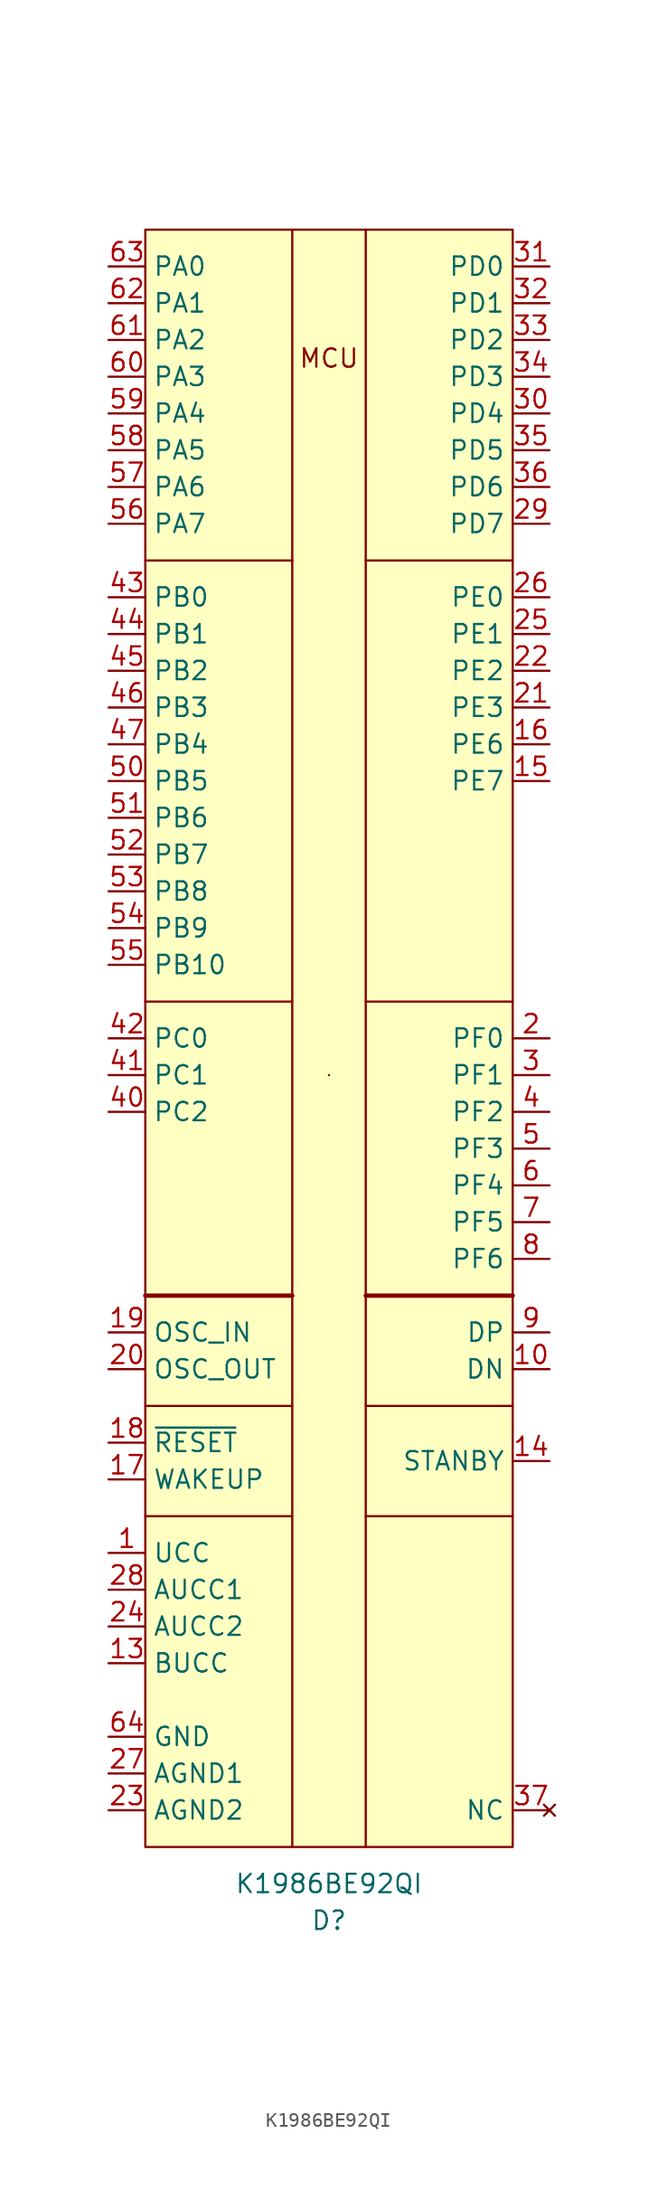
<source format=kicad_sym>
(kicad_symbol_lib
  (version 20231120)
  (generator "kicad_symbol_editor")
  (generator_version "8.0")
  (symbol "K1986BE92QI"
    (property "Reference" "D"
      (at 0 -60.96 0)
      (effects (font (size 1.27 1.27))))
    (property "Value" "K1986BE92QI"
      (at 0 -58.42 0)
      (effects (font (size 1.27 1.27))))
    (symbol "K1986BE92QI_0_0"
      (text "MCU" (at 0 46.99 0) (effects (font (size 1.27 1.27)))))
    (symbol "K1986BE92QI_0_1"
      (rectangle (start -12.7 55.88) (end 12.7 -55.88) (stroke (width 0.152) (type default)) (fill (type background)))
      (rectangle (start 0 -2.54) (end 0 -2.54) (stroke (width 0.152) (type default)) (fill (type none)))
      (polyline (pts (xy -12.7 -33.02) (xy -2.54 -33.02)) (stroke (width 0.152) (type default)) (fill (type none)))
      (polyline (pts (xy -12.7 -25.4) (xy -2.54 -25.4)) (stroke (width 0.152) (type default)) (fill (type none)))
      (polyline (pts (xy -12.7 -17.78) (xy -2.54 -17.78)) (stroke (width 0.3) (type default)) (fill (type none)))
      (polyline (pts (xy -12.7 2.54) (xy -2.54 2.54)) (stroke (width 0.152) (type default)) (fill (type none)))
      (polyline (pts (xy -12.7 33.02) (xy -2.54 33.02)) (stroke (width 0.152) (type default)) (fill (type none)))
      (polyline (pts (xy -2.54 55.88) (xy -2.54 -55.88)) (stroke (width 0.152) (type default)) (fill (type none)))
      (polyline (pts (xy 2.54 -55.88) (xy 2.54 55.88)) (stroke (width 0.152) (type default)) (fill (type none)))
      (polyline (pts (xy 2.54 -33.02) (xy 12.7 -33.02)) (stroke (width 0.152) (type default)) (fill (type none)))
      (polyline (pts (xy 2.54 -25.4) (xy 12.7 -25.4)) (stroke (width 0.152) (type default)) (fill (type none)))
      (polyline (pts (xy 2.54 -17.78) (xy 12.7 -17.78)) (stroke (width 0.3) (type default)) (fill (type none)))
      (polyline (pts (xy 2.54 2.54) (xy 12.7 2.54)) (stroke (width 0.152) (type default)) (fill (type none)))
      (polyline (pts (xy 2.54 33.02) (xy 12.7 33.02)) (stroke (width 0.152) (type default)) (fill (type none))))
    (symbol "K1986BE92QI_1_1"
      (pin power_in line (at -15.24 -35.56 0) (length 2.54) (name "UCC" (effects (font (size 1.27 1.27)))) (number "1" (effects (font (size 1.27 1.27)))))
      (pin input line (at 15.24 -22.86 180) (length 2.54) (name "DN" (effects (font (size 1.27 1.27)))) (number "10" (effects (font (size 1.27 1.27)))))
      (pin power_in line (at -15.24 -48.26 0) (length 2.54) hide (name "GND" (effects (font (size 1.27 1.27)))) (number "11" (effects (font (size 1.27 1.27)))))
      (pin power_in line (at -15.24 -35.56 0) (length 2.54) hide (name "UCC" (effects (font (size 1.27 1.27)))) (number "12" (effects (font (size 1.27 1.27)))))
      (pin power_in line (at -15.24 -43.18 0) (length 2.54) (name "BUCC" (effects (font (size 1.27 1.27)))) (number "13" (effects (font (size 1.27 1.27)))))
      (pin input line (at 15.24 -29.21 180) (length 2.54) (name "STANBY" (effects (font (size 1.27 1.27)))) (number "14" (effects (font (size 1.27 1.27)))))
      (pin bidirectional line (at 15.24 17.78 180) (length 2.54) (name "PE7" (effects (font (size 1.27 1.27)))) (number "15" (effects (font (size 1.27 1.27)))))
      (pin bidirectional line (at 15.24 20.32 180) (length 2.54) (name "PE6" (effects (font (size 1.27 1.27)))) (number "16" (effects (font (size 1.27 1.27)))))
      (pin input line (at -15.24 -30.48 0) (length 2.54) (name "WAKEUP" (effects (font (size 1.27 1.27)))) (number "17" (effects (font (size 1.27 1.27)))))
      (pin input line (at -15.24 -27.94 0) (length 2.54) (name "~{RESET}" (effects (font (size 1.27 1.27)))) (number "18" (effects (font (size 1.27 1.27)))))
      (pin input line (at -15.24 -20.32 0) (length 2.54) (name "OSC_IN" (effects (font (size 1.27 1.27)))) (number "19" (effects (font (size 1.27 1.27)))))
      (pin bidirectional line (at 15.24 0 180) (length 2.54) (name "PF0" (effects (font (size 1.27 1.27)))) (number "2" (effects (font (size 1.27 1.27)))))
      (pin output line (at -15.24 -22.86 0) (length 2.54) (name "OSC_OUT" (effects (font (size 1.27 1.27)))) (number "20" (effects (font (size 1.27 1.27)))))
      (pin bidirectional line (at 15.24 22.86 180) (length 2.54) (name "PE3" (effects (font (size 1.27 1.27)))) (number "21" (effects (font (size 1.27 1.27)))))
      (pin bidirectional line (at 15.24 25.4 180) (length 2.54) (name "PE2" (effects (font (size 1.27 1.27)))) (number "22" (effects (font (size 1.27 1.27)))))
      (pin power_in line (at -15.24 -53.34 0) (length 2.54) (name "AGND2" (effects (font (size 1.27 1.27)))) (number "23" (effects (font (size 1.27 1.27)))))
      (pin power_in line (at -15.24 -40.64 0) (length 2.54) (name "AUCC2" (effects (font (size 1.27 1.27)))) (number "24" (effects (font (size 1.27 1.27)))))
      (pin bidirectional line (at 15.24 27.94 180) (length 2.54) (name "PE1" (effects (font (size 1.27 1.27)))) (number "25" (effects (font (size 1.27 1.27)))))
      (pin bidirectional line (at 15.24 30.48 180) (length 2.54) (name "PE0" (effects (font (size 1.27 1.27)))) (number "26" (effects (font (size 1.27 1.27)))))
      (pin power_in line (at -15.24 -50.8 0) (length 2.54) (name "AGND1" (effects (font (size 1.27 1.27)))) (number "27" (effects (font (size 1.27 1.27)))))
      (pin power_in line (at -15.24 -38.1 0) (length 2.54) (name "AUCC1" (effects (font (size 1.27 1.27)))) (number "28" (effects (font (size 1.27 1.27)))))
      (pin bidirectional line (at 15.24 35.56 180) (length 2.54) (name "PD7" (effects (font (size 1.27 1.27)))) (number "29" (effects (font (size 1.27 1.27)))))
      (pin bidirectional line (at 15.24 -2.54 180) (length 2.54) (name "PF1" (effects (font (size 1.27 1.27)))) (number "3" (effects (font (size 1.27 1.27)))))
      (pin bidirectional line (at 15.24 43.18 180) (length 2.54) (name "PD4" (effects (font (size 1.27 1.27)))) (number "30" (effects (font (size 1.27 1.27)))))
      (pin bidirectional line (at 15.24 53.34 180) (length 2.54) (name "PD0" (effects (font (size 1.27 1.27)))) (number "31" (effects (font (size 1.27 1.27)))))
      (pin bidirectional line (at 15.24 50.8 180) (length 2.54) (name "PD1" (effects (font (size 1.27 1.27)))) (number "32" (effects (font (size 1.27 1.27)))))
      (pin bidirectional line (at 15.24 48.26 180) (length 2.54) (name "PD2" (effects (font (size 1.27 1.27)))) (number "33" (effects (font (size 1.27 1.27)))))
      (pin bidirectional line (at 15.24 45.72 180) (length 2.54) (name "PD3" (effects (font (size 1.27 1.27)))) (number "34" (effects (font (size 1.27 1.27)))))
      (pin bidirectional line (at 15.24 40.64 180) (length 2.54) (name "PD5" (effects (font (size 1.27 1.27)))) (number "35" (effects (font (size 1.27 1.27)))))
      (pin bidirectional line (at 15.24 38.1 180) (length 2.54) (name "PD6" (effects (font (size 1.27 1.27)))) (number "36" (effects (font (size 1.27 1.27)))))
      (pin no_connect line (at 15.24 -53.34 180) (length 2.54) (name "NC" (effects (font (size 1.27 1.27)))) (number "37" (effects (font (size 1.27 1.27)))))
      (pin power_in line (at -15.24 -35.56 0) (length 2.54) hide (name "UCC" (effects (font (size 1.27 1.27)))) (number "38" (effects (font (size 1.27 1.27)))))
      (pin power_in line (at -15.24 -48.26 0) (length 2.54) hide (name "GND" (effects (font (size 1.27 1.27)))) (number "39" (effects (font (size 1.27 1.27)))))
      (pin bidirectional line (at 15.24 -5.08 180) (length 2.54) (name "PF2" (effects (font (size 1.27 1.27)))) (number "4" (effects (font (size 1.27 1.27)))))
      (pin bidirectional line (at -15.24 -5.08 0) (length 2.54) (name "PC2" (effects (font (size 1.27 1.27)))) (number "40" (effects (font (size 1.27 1.27)))))
      (pin bidirectional line (at -15.24 -2.54 0) (length 2.54) (name "PC1" (effects (font (size 1.27 1.27)))) (number "41" (effects (font (size 1.27 1.27)))))
      (pin bidirectional line (at -15.24 0 0) (length 2.54) (name "PC0" (effects (font (size 1.27 1.27)))) (number "42" (effects (font (size 1.27 1.27)))))
      (pin bidirectional line (at -15.24 30.48 0) (length 2.54) (name "PB0" (effects (font (size 1.27 1.27)))) (number "43" (effects (font (size 1.27 1.27)))))
      (pin bidirectional line (at -15.24 27.94 0) (length 2.54) (name "PB1" (effects (font (size 1.27 1.27)))) (number "44" (effects (font (size 1.27 1.27)))))
      (pin bidirectional line (at -15.24 25.4 0) (length 2.54) (name "PB2" (effects (font (size 1.27 1.27)))) (number "45" (effects (font (size 1.27 1.27)))))
      (pin bidirectional line (at -15.24 22.86 0) (length 2.54) (name "PB3" (effects (font (size 1.27 1.27)))) (number "46" (effects (font (size 1.27 1.27)))))
      (pin bidirectional line (at -15.24 20.32 0) (length 2.54) (name "PB4" (effects (font (size 1.27 1.27)))) (number "47" (effects (font (size 1.27 1.27)))))
      (pin power_in line (at -15.24 -35.56 0) (length 2.54) hide (name "UCC" (effects (font (size 1.27 1.27)))) (number "48" (effects (font (size 1.27 1.27)))))
      (pin power_in line (at -15.24 -48.26 0) (length 2.54) hide (name "GND" (effects (font (size 1.27 1.27)))) (number "49" (effects (font (size 1.27 1.27)))))
      (pin bidirectional line (at 15.24 -7.62 180) (length 2.54) (name "PF3" (effects (font (size 1.27 1.27)))) (number "5" (effects (font (size 1.27 1.27)))))
      (pin bidirectional line (at -15.24 17.78 0) (length 2.54) (name "PB5" (effects (font (size 1.27 1.27)))) (number "50" (effects (font (size 1.27 1.27)))))
      (pin bidirectional line (at -15.24 15.24 0) (length 2.54) (name "PB6" (effects (font (size 1.27 1.27)))) (number "51" (effects (font (size 1.27 1.27)))))
      (pin bidirectional line (at -15.24 12.7 0) (length 2.54) (name "PB7" (effects (font (size 1.27 1.27)))) (number "52" (effects (font (size 1.27 1.27)))))
      (pin bidirectional line (at -15.24 10.16 0) (length 2.54) (name "PB8" (effects (font (size 1.27 1.27)))) (number "53" (effects (font (size 1.27 1.27)))))
      (pin bidirectional line (at -15.24 7.62 0) (length 2.54) (name "PB9" (effects (font (size 1.27 1.27)))) (number "54" (effects (font (size 1.27 1.27)))))
      (pin bidirectional line (at -15.24 5.08 0) (length 2.54) (name "PB10" (effects (font (size 1.27 1.27)))) (number "55" (effects (font (size 1.27 1.27)))))
      (pin bidirectional line (at -15.24 35.56 0) (length 2.54) (name "PA7" (effects (font (size 1.27 1.27)))) (number "56" (effects (font (size 1.27 1.27)))))
      (pin bidirectional line (at -15.24 38.1 0) (length 2.54) (name "PA6" (effects (font (size 1.27 1.27)))) (number "57" (effects (font (size 1.27 1.27)))))
      (pin bidirectional line (at -15.24 40.64 0) (length 2.54) (name "PA5" (effects (font (size 1.27 1.27)))) (number "58" (effects (font (size 1.27 1.27)))))
      (pin bidirectional line (at -15.24 43.18 0) (length 2.54) (name "PA4" (effects (font (size 1.27 1.27)))) (number "59" (effects (font (size 1.27 1.27)))))
      (pin bidirectional line (at 15.24 -10.16 180) (length 2.54) (name "PF4" (effects (font (size 1.27 1.27)))) (number "6" (effects (font (size 1.27 1.27)))))
      (pin bidirectional line (at -15.24 45.72 0) (length 2.54) (name "PA3" (effects (font (size 1.27 1.27)))) (number "60" (effects (font (size 1.27 1.27)))))
      (pin bidirectional line (at -15.24 48.26 0) (length 2.54) (name "PA2" (effects (font (size 1.27 1.27)))) (number "61" (effects (font (size 1.27 1.27)))))
      (pin bidirectional line (at -15.24 50.8 0) (length 2.54) (name "PA1" (effects (font (size 1.27 1.27)))) (number "62" (effects (font (size 1.27 1.27)))))
      (pin bidirectional line (at -15.24 53.34 0) (length 2.54) (name "PA0" (effects (font (size 1.27 1.27)))) (number "63" (effects (font (size 1.27 1.27)))))
      (pin power_in line (at -15.24 -48.26 0) (length 2.54) (name "GND" (effects (font (size 1.27 1.27)))) (number "64" (effects (font (size 1.27 1.27)))))
      (pin bidirectional line (at 15.24 -12.7 180) (length 2.54) (name "PF5" (effects (font (size 1.27 1.27)))) (number "7" (effects (font (size 1.27 1.27)))))
      (pin bidirectional line (at 15.24 -15.24 180) (length 2.54) (name "PF6" (effects (font (size 1.27 1.27)))) (number "8" (effects (font (size 1.27 1.27)))))
      (pin input line (at 15.24 -20.32 180) (length 2.54) (name "DP" (effects (font (size 1.27 1.27)))) (number "9" (effects (font (size 1.27 1.27))))))))
</source>
